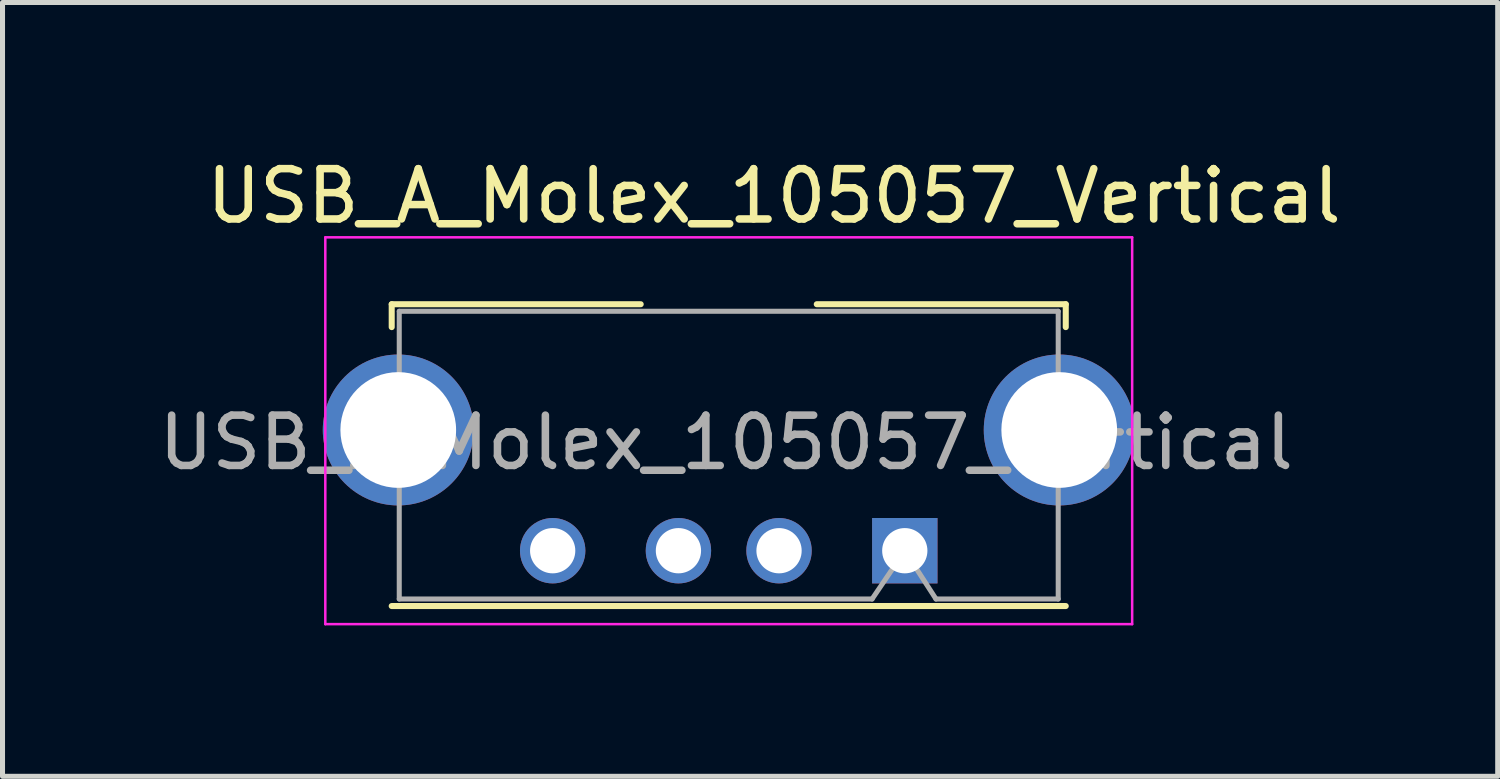
<source format=kicad_pcb>
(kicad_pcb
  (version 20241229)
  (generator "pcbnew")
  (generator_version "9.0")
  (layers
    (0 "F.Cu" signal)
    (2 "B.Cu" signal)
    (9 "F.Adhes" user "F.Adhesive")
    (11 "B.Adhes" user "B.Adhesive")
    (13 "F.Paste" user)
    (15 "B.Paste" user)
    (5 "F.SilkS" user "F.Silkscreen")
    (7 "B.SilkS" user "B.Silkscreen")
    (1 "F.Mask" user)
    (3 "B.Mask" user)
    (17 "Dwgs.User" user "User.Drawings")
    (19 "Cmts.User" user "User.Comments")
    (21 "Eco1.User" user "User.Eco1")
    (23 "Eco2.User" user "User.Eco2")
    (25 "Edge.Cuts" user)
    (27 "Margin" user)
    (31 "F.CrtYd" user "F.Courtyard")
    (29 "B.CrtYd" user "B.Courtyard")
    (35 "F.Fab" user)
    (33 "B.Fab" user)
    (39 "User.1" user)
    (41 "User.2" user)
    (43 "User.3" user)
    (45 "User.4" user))
  (footprint "USB_A_Molex_105057_Vertical"
    (layer "F.Cu")
    (at 7.937 7.898)
    (property "Reference" "USB_A_Molex_105057_Vertical" (at 4.4 -7.05 0) (layer "F.SilkS") (effects (font (size 1 1) (thickness 0.15))))
    (attr through_hole)
    (fp_line (start -3.2 -4.9) (end -3.2 -4.445) (stroke (width 0.12) (type solid)) (layer "F.SilkS"))
    (fp_line (start -3.2 -4.9) (end 1.75 -4.9) (stroke (width 0.12) (type solid)) (layer "F.SilkS"))
    (fp_line (start 10.2 -4.9) (end 5.25 -4.9) (stroke (width 0.12) (type solid)) (layer "F.SilkS"))
    (fp_line (start 10.2 -4.9) (end 10.2 -4.445) (stroke (width 0.12) (type solid)) (layer "F.SilkS"))
    (fp_line (start 10.2 1.1) (end -3.2 1.1) (stroke (width 0.12) (type solid)) (layer "F.SilkS"))
    (fp_line (start -4.52 -6.23) (end 11.52 -6.23) (stroke (width 0.05) (type solid)) (layer "F.CrtYd"))
    (fp_line (start -4.52 1.46) (end -4.52 -6.23) (stroke (width 0.05) (type solid)) (layer "F.CrtYd"))
    (fp_line (start 11.52 -6.23) (end 11.52 1.46) (stroke (width 0.05) (type solid)) (layer "F.CrtYd"))
    (fp_line (start 11.52 1.46) (end -4.52 1.46) (stroke (width 0.05) (type solid)) (layer "F.CrtYd"))
    (fp_line (start -3.05 -4.76) (end 10.05 -4.76) (stroke (width 0.1) (type solid)) (layer "F.Fab"))
    (fp_line (start -3.05 0.96) (end -3.05 -4.76) (stroke (width 0.1) (type solid)) (layer "F.Fab"))
    (fp_line (start 6.35 0.96) (end -3.05 0.96) (stroke (width 0.1) (type solid)) (layer "F.Fab"))
    (fp_line (start 6.35 0.96) (end 7 0) (stroke (width 0.1) (type solid)) (layer "F.Fab"))
    (fp_line (start 7 0) (end 7.62 0.96) (stroke (width 0.1) (type solid)) (layer "F.Fab"))
    (fp_line (start 7.62 0.96) (end 10.05 0.96) (stroke (width 0.1) (type solid)) (layer "F.Fab"))
    (fp_line (start 10.05 -4.76) (end 10.05 0.96) (stroke (width 0.1) (type solid)) (layer "F.Fab"))
    (fp_text user "${REFERENCE}" (at 3.45 -2.15 0) (layer "F.Fab") (effects (font (size 1 1) (thickness 0.15))))
    (pad "1" thru_hole rect (at 7 0) (size 1.3 1.3) (drill 0.9) (layers "*.Cu" "*.Mask"))
    (pad "2" thru_hole circle (at 4.5 0) (size 1.3 1.3) (drill 0.9) (layers "*.Cu" "*.Mask"))
    (pad "3" thru_hole circle (at 2.5 0) (size 1.3 1.3) (drill 0.9) (layers "*.Cu" "*.Mask"))
    (pad "4" thru_hole circle (at 0 0) (size 1.3 1.3) (drill 0.9) (layers "*.Cu" "*.Mask"))
    (pad "5" thru_hole circle (at -3.07 -2.4 180) (size 3 3) (drill 2.3) (layers "*.Cu" "*.Mask"))
    (pad "5" thru_hole circle (at 10.07 -2.4) (size 3 3) (drill 2.3) (layers "*.Cu" "*.Mask")))
  (gr_rect
    (start -3 -3)
    (end 26.724 12.383)
    (stroke (width 0.1) (type default))
    (fill no)
    (layer "Edge.Cuts")))
</source>
